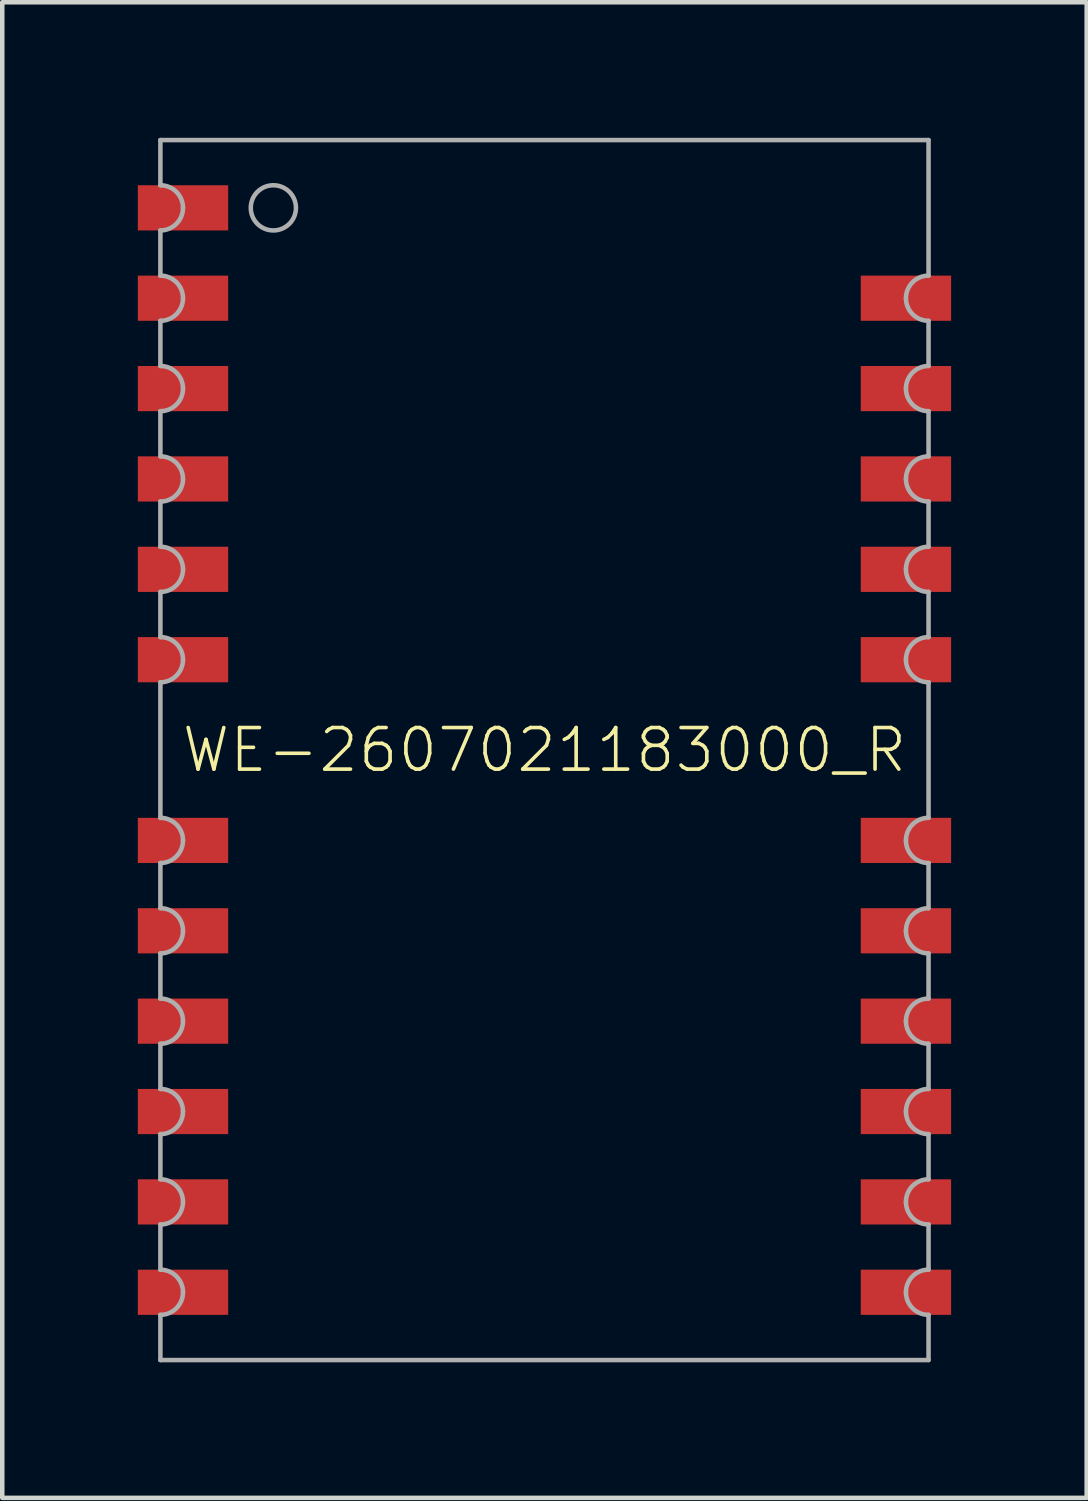
<source format=kicad_pcb>
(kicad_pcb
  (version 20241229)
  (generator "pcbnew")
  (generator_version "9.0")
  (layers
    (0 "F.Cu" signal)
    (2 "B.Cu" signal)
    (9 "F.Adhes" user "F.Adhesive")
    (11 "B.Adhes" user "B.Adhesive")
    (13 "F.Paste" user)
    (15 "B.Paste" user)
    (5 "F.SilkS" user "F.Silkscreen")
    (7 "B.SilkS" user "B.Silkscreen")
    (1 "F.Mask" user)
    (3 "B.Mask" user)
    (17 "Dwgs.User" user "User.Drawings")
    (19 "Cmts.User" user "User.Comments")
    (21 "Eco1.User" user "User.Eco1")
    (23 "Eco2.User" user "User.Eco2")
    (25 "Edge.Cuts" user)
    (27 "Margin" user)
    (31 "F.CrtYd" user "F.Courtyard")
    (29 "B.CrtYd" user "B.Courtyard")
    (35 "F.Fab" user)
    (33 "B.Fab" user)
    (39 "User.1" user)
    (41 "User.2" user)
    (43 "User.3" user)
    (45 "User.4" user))
  (footprint "WE-2607021183000_R"
    (layer "F.Cu")
    (at 9 13.55)
    (property "Reference" "WE-2607021183000_R" (at 0 0 0) (unlocked yes) (layer "F.SilkS") (effects (font (size 0.92 0.92) (thickness 0.08))))
    (fp_poly (pts (xy -7 -11.5) (xy -9 -11.5) (xy -9 -12.5) (xy -7 -12.5)) (stroke (width 0) (type default)) (fill yes) (layer "F.Paste"))
    (fp_poly (pts (xy -7 -9.5) (xy -9 -9.5) (xy -9 -10.5) (xy -7 -10.5)) (stroke (width 0) (type default)) (fill yes) (layer "F.Paste"))
    (fp_poly (pts (xy -7 -7.5) (xy -9 -7.5) (xy -9 -8.5) (xy -7 -8.5)) (stroke (width 0) (type default)) (fill yes) (layer "F.Paste"))
    (fp_poly (pts (xy -7 -5.5) (xy -9 -5.5) (xy -9 -6.5) (xy -7 -6.5)) (stroke (width 0) (type default)) (fill yes) (layer "F.Paste"))
    (fp_poly (pts (xy -7 -3.5) (xy -9 -3.5) (xy -9 -4.5) (xy -7 -4.5)) (stroke (width 0) (type default)) (fill yes) (layer "F.Paste"))
    (fp_poly (pts (xy -7 -1.5) (xy -9 -1.5) (xy -9 -2.5) (xy -7 -2.5)) (stroke (width 0) (type default)) (fill yes) (layer "F.Paste"))
    (fp_poly (pts (xy -7 2.5) (xy -9 2.5) (xy -9 1.5) (xy -7 1.5)) (stroke (width 0) (type default)) (fill yes) (layer "F.Paste"))
    (fp_poly (pts (xy -7 4.5) (xy -9 4.5) (xy -9 3.5) (xy -7 3.5)) (stroke (width 0) (type default)) (fill yes) (layer "F.Paste"))
    (fp_poly (pts (xy -7 6.5) (xy -9 6.5) (xy -9 5.5) (xy -7 5.5)) (stroke (width 0) (type default)) (fill yes) (layer "F.Paste"))
    (fp_poly (pts (xy -7 8.5) (xy -9 8.5) (xy -9 7.5) (xy -7 7.5)) (stroke (width 0) (type default)) (fill yes) (layer "F.Paste"))
    (fp_poly (pts (xy -7 10.5) (xy -9 10.5) (xy -9 9.5) (xy -7 9.5)) (stroke (width 0) (type default)) (fill yes) (layer "F.Paste"))
    (fp_poly (pts (xy -7 12.5) (xy -9 12.5) (xy -9 11.5) (xy -7 11.5)) (stroke (width 0) (type default)) (fill yes) (layer "F.Paste"))
    (fp_poly (pts (xy 9 -9.5) (xy 7 -9.5) (xy 7 -10.5) (xy 9 -10.5)) (stroke (width 0) (type default)) (fill yes) (layer "F.Paste"))
    (fp_poly (pts (xy 9 -7.5) (xy 7 -7.5) (xy 7 -8.5) (xy 9 -8.5)) (stroke (width 0) (type default)) (fill yes) (layer "F.Paste"))
    (fp_poly (pts (xy 9 -5.5) (xy 7 -5.5) (xy 7 -6.5) (xy 9 -6.5)) (stroke (width 0) (type default)) (fill yes) (layer "F.Paste"))
    (fp_poly (pts (xy 9 -3.5) (xy 7 -3.5) (xy 7 -4.5) (xy 9 -4.5)) (stroke (width 0) (type default)) (fill yes) (layer "F.Paste"))
    (fp_poly (pts (xy 9 -1.5) (xy 7 -1.5) (xy 7 -2.5) (xy 9 -2.5)) (stroke (width 0) (type default)) (fill yes) (layer "F.Paste"))
    (fp_poly (pts (xy 9 2.5) (xy 7 2.5) (xy 7 1.5) (xy 9 1.5)) (stroke (width 0) (type default)) (fill yes) (layer "F.Paste"))
    (fp_poly (pts (xy 9 4.5) (xy 7 4.5) (xy 7 3.5) (xy 9 3.5)) (stroke (width 0) (type default)) (fill yes) (layer "F.Paste"))
    (fp_poly (pts (xy 9 6.5) (xy 7 6.5) (xy 7 5.5) (xy 9 5.5)) (stroke (width 0) (type default)) (fill yes) (layer "F.Paste"))
    (fp_poly (pts (xy 9 8.5) (xy 7 8.5) (xy 7 7.5) (xy 9 7.5)) (stroke (width 0) (type default)) (fill yes) (layer "F.Paste"))
    (fp_poly (pts (xy 9 10.5) (xy 7 10.5) (xy 7 9.5) (xy 9 9.5)) (stroke (width 0) (type default)) (fill yes) (layer "F.Paste"))
    (fp_poly (pts (xy 9 12.5) (xy 7 12.5) (xy 7 11.5) (xy 9 11.5)) (stroke (width 0) (type default)) (fill yes) (layer "F.Paste"))
    (fp_line (start -8.5 -13.5) (end -8.5 -12.5) (stroke (width 0.1) (type solid)) (layer "F.Fab"))
    (fp_line (start -8.5 -11.5) (end -8.5 -10.5) (stroke (width 0.1) (type solid)) (layer "F.Fab"))
    (fp_line (start -8.5 -9.5) (end -8.5 -8.5) (stroke (width 0.1) (type solid)) (layer "F.Fab"))
    (fp_line (start -8.5 -7.5) (end -8.5 -6.5) (stroke (width 0.1) (type solid)) (layer "F.Fab"))
    (fp_line (start -8.5 -5.5) (end -8.5 -4.5) (stroke (width 0.1) (type solid)) (layer "F.Fab"))
    (fp_line (start -8.5 -3.5) (end -8.5 -2.5) (stroke (width 0.1) (type solid)) (layer "F.Fab"))
    (fp_line (start -8.5 1.5) (end -8.5 -1.5) (stroke (width 0.1) (type solid)) (layer "F.Fab"))
    (fp_line (start -8.5 2.5) (end -8.5 3.5) (stroke (width 0.1) (type solid)) (layer "F.Fab"))
    (fp_line (start -8.5 4.5) (end -8.5 5.5) (stroke (width 0.1) (type solid)) (layer "F.Fab"))
    (fp_line (start -8.5 6.5) (end -8.5 7.5) (stroke (width 0.1) (type solid)) (layer "F.Fab"))
    (fp_line (start -8.5 8.5) (end -8.5 9.5) (stroke (width 0.1) (type solid)) (layer "F.Fab"))
    (fp_line (start -8.5 10.5) (end -8.5 11.5) (stroke (width 0.1) (type solid)) (layer "F.Fab"))
    (fp_line (start -8.5 13.5) (end -8.5 12.5) (stroke (width 0.1) (type solid)) (layer "F.Fab"))
    (fp_line (start -8.5 13.5) (end 8.5 13.5) (stroke (width 0.1) (type solid)) (layer "F.Fab"))
    (fp_line (start 8.5 -13.5) (end -8.5 -13.5) (stroke (width 0.1) (type solid)) (layer "F.Fab"))
    (fp_line (start 8.5 -13.5) (end 8.5 -10.5) (stroke (width 0.1) (type solid)) (layer "F.Fab"))
    (fp_line (start 8.5 -8.5) (end 8.5 -9.5) (stroke (width 0.1) (type solid)) (layer "F.Fab"))
    (fp_line (start 8.5 -6.5) (end 8.5 -7.5) (stroke (width 0.1) (type solid)) (layer "F.Fab"))
    (fp_line (start 8.5 -4.5) (end 8.5 -5.5) (stroke (width 0.1) (type solid)) (layer "F.Fab"))
    (fp_line (start 8.5 -2.5) (end 8.5 -3.5) (stroke (width 0.1) (type solid)) (layer "F.Fab"))
    (fp_line (start 8.5 -1.5) (end 8.5 1.5) (stroke (width 0.1) (type solid)) (layer "F.Fab"))
    (fp_line (start 8.5 3.5) (end 8.5 2.5) (stroke (width 0.1) (type solid)) (layer "F.Fab"))
    (fp_line (start 8.5 5.5) (end 8.5 4.5) (stroke (width 0.1) (type solid)) (layer "F.Fab"))
    (fp_line (start 8.5 7.5) (end 8.5 6.5) (stroke (width 0.1) (type solid)) (layer "F.Fab"))
    (fp_line (start 8.5 9.5) (end 8.5 8.5) (stroke (width 0.1) (type solid)) (layer "F.Fab"))
    (fp_line (start 8.5 11.5) (end 8.5 10.5) (stroke (width 0.1) (type solid)) (layer "F.Fab"))
    (fp_line (start 8.5 13.5) (end 8.5 12.5) (stroke (width 0.1) (type solid)) (layer "F.Fab"))
    (fp_arc (start -8.5 -12.5) (mid -8.146447 -12.353553) (end -8 -12) (stroke (width 0.1) (type solid)) (layer "F.Fab"))
    (fp_arc (start -8.5 -10.5) (mid -8.146447 -10.353553) (end -8 -10) (stroke (width 0.1) (type solid)) (layer "F.Fab"))
    (fp_arc (start -8.5 -8.5) (mid -8.146447 -8.353553) (end -8 -8) (stroke (width 0.1) (type solid)) (layer "F.Fab"))
    (fp_arc (start -8.5 -6.5) (mid -8.146447 -6.353553) (end -8 -6) (stroke (width 0.1) (type solid)) (layer "F.Fab"))
    (fp_arc (start -8.5 -4.5) (mid -8.146447 -4.353553) (end -8 -4) (stroke (width 0.1) (type solid)) (layer "F.Fab"))
    (fp_arc (start -8.5 -2.5) (mid -8.146447 -2.353553) (end -8 -2) (stroke (width 0.1) (type solid)) (layer "F.Fab"))
    (fp_arc (start -8.5 1.5) (mid -8.146447 1.646447) (end -8 2) (stroke (width 0.1) (type solid)) (layer "F.Fab"))
    (fp_arc (start -8.5 3.5) (mid -8.146447 3.646447) (end -8 4) (stroke (width 0.1) (type solid)) (layer "F.Fab"))
    (fp_arc (start -8.5 5.5) (mid -8.146447 5.646447) (end -8 6) (stroke (width 0.1) (type solid)) (layer "F.Fab"))
    (fp_arc (start -8.5 7.5) (mid -8.146447 7.646447) (end -8 8) (stroke (width 0.1) (type solid)) (layer "F.Fab"))
    (fp_arc (start -8.5 9.5) (mid -8.146447 9.646447) (end -8 10) (stroke (width 0.1) (type solid)) (layer "F.Fab"))
    (fp_arc (start -8.5 11.5) (mid -8.146447 11.646447) (end -8 12) (stroke (width 0.1) (type solid)) (layer "F.Fab"))
    (fp_arc (start -8 -12) (mid -8.146447 -11.646447) (end -8.5 -11.5) (stroke (width 0.1) (type solid)) (layer "F.Fab"))
    (fp_arc (start -8 -10) (mid -8.146447 -9.646447) (end -8.5 -9.5) (stroke (width 0.1) (type solid)) (layer "F.Fab"))
    (fp_arc (start -8 -8) (mid -8.146447 -7.646447) (end -8.5 -7.5) (stroke (width 0.1) (type solid)) (layer "F.Fab"))
    (fp_arc (start -8 -6) (mid -8.146447 -5.646447) (end -8.5 -5.5) (stroke (width 0.1) (type solid)) (layer "F.Fab"))
    (fp_arc (start -8 -4) (mid -8.146447 -3.646447) (end -8.5 -3.5) (stroke (width 0.1) (type solid)) (layer "F.Fab"))
    (fp_arc (start -8 -2) (mid -8.146447 -1.646447) (end -8.5 -1.5) (stroke (width 0.1) (type solid)) (layer "F.Fab"))
    (fp_arc (start -8 2) (mid -8.146447 2.353553) (end -8.5 2.5) (stroke (width 0.1) (type solid)) (layer "F.Fab"))
    (fp_arc (start -8 4) (mid -8.146447 4.353553) (end -8.5 4.5) (stroke (width 0.1) (type solid)) (layer "F.Fab"))
    (fp_arc (start -8 6) (mid -8.146447 6.353553) (end -8.5 6.5) (stroke (width 0.1) (type solid)) (layer "F.Fab"))
    (fp_arc (start -8 8) (mid -8.146447 8.353553) (end -8.5 8.5) (stroke (width 0.1) (type solid)) (layer "F.Fab"))
    (fp_arc (start -8 10) (mid -8.146447 10.353553) (end -8.5 10.5) (stroke (width 0.1) (type solid)) (layer "F.Fab"))
    (fp_arc (start -8 12) (mid -8.146447 12.353553) (end -8.5 12.5) (stroke (width 0.1) (type solid)) (layer "F.Fab"))
    (fp_arc (start 8 -10) (mid 8.146447 -10.353553) (end 8.5 -10.5) (stroke (width 0.1) (type solid)) (layer "F.Fab"))
    (fp_arc (start 8 -8) (mid 8.146447 -8.353553) (end 8.5 -8.5) (stroke (width 0.1) (type solid)) (layer "F.Fab"))
    (fp_arc (start 8 -6) (mid 8.146447 -6.353553) (end 8.5 -6.5) (stroke (width 0.1) (type solid)) (layer "F.Fab"))
    (fp_arc (start 8 -4) (mid 8.146447 -4.353553) (end 8.5 -4.5) (stroke (width 0.1) (type solid)) (layer "F.Fab"))
    (fp_arc (start 8 -2) (mid 8.146447 -2.353553) (end 8.5 -2.5) (stroke (width 0.1) (type solid)) (layer "F.Fab"))
    (fp_arc (start 8 2) (mid 8.146447 1.646447) (end 8.5 1.5) (stroke (width 0.1) (type solid)) (layer "F.Fab"))
    (fp_arc (start 8 4) (mid 8.146447 3.646447) (end 8.5 3.5) (stroke (width 0.1) (type solid)) (layer "F.Fab"))
    (fp_arc (start 8 6) (mid 8.146447 5.646447) (end 8.5 5.5) (stroke (width 0.1) (type solid)) (layer "F.Fab"))
    (fp_arc (start 8 8) (mid 8.146447 7.646447) (end 8.5 7.5) (stroke (width 0.1) (type solid)) (layer "F.Fab"))
    (fp_arc (start 8 10) (mid 8.146447 9.646447) (end 8.5 9.5) (stroke (width 0.1) (type solid)) (layer "F.Fab"))
    (fp_arc (start 8 12) (mid 8.146447 11.646447) (end 8.5 11.5) (stroke (width 0.1) (type solid)) (layer "F.Fab"))
    (fp_arc (start 8.5 -9.5) (mid 8.146447 -9.646447) (end 8 -10) (stroke (width 0.1) (type solid)) (layer "F.Fab"))
    (fp_arc (start 8.5 -7.5) (mid 8.146447 -7.646447) (end 8 -8) (stroke (width 0.1) (type solid)) (layer "F.Fab"))
    (fp_arc (start 8.5 -5.5) (mid 8.146447 -5.646447) (end 8 -6) (stroke (width 0.1) (type solid)) (layer "F.Fab"))
    (fp_arc (start 8.5 -3.5) (mid 8.146447 -3.646447) (end 8 -4) (stroke (width 0.1) (type solid)) (layer "F.Fab"))
    (fp_arc (start 8.5 -1.5) (mid 8.146447 -1.646447) (end 8 -2) (stroke (width 0.1) (type solid)) (layer "F.Fab"))
    (fp_arc (start 8.5 2.5) (mid 8.146447 2.353553) (end 8 2) (stroke (width 0.1) (type solid)) (layer "F.Fab"))
    (fp_arc (start 8.5 4.5) (mid 8.146447 4.353553) (end 8 4) (stroke (width 0.1) (type solid)) (layer "F.Fab"))
    (fp_arc (start 8.5 6.5) (mid 8.146447 6.353553) (end 8 6) (stroke (width 0.1) (type solid)) (layer "F.Fab"))
    (fp_arc (start 8.5 8.5) (mid 8.146447 8.353553) (end 8 8) (stroke (width 0.1) (type solid)) (layer "F.Fab"))
    (fp_arc (start 8.5 10.5) (mid 8.146447 10.353553) (end 8 10) (stroke (width 0.1) (type solid)) (layer "F.Fab"))
    (fp_arc (start 8.5 12.5) (mid 8.146447 12.353553) (end 8 12) (stroke (width 0.1) (type solid)) (layer "F.Fab"))
    (fp_circle (center -6 -12) (end -5.5 -12) (stroke (width 0.1) (type solid)) (fill no) (layer "F.Fab"))
    (pad "1" smd rect (at -8 -12 90) (size 1 2) (layers "F.Cu" "F.Mask"))
    (pad "2" smd rect (at -8 -10 90) (size 1 2) (layers "F.Cu" "F.Mask"))
    (pad "3" smd rect (at -8 -8 90) (size 1 2) (layers "F.Cu" "F.Mask"))
    (pad "4" smd rect (at -8 -6 90) (size 1 2) (layers "F.Cu" "F.Mask"))
    (pad "5" smd rect (at -8 -4 90) (size 1 2) (layers "F.Cu" "F.Mask"))
    (pad "6" smd rect (at -8 -2 90) (size 1 2) (layers "F.Cu" "F.Mask"))
    (pad "7" smd rect (at -8 2 90) (size 1 2) (layers "F.Cu" "F.Mask"))
    (pad "8" smd rect (at -8 4 90) (size 1 2) (layers "F.Cu" "F.Mask"))
    (pad "9" smd rect (at -8 6 90) (size 1 2) (layers "F.Cu" "F.Mask"))
    (pad "10" smd rect (at -8 8 90) (size 1 2) (layers "F.Cu" "F.Mask"))
    (pad "11" smd rect (at -8 10 90) (size 1 2) (layers "F.Cu" "F.Mask"))
    (pad "12" smd rect (at -8 12 90) (size 1 2) (layers "F.Cu" "F.Mask"))
    (pad "13" smd rect (at 8 12 90) (size 1 2) (layers "F.Cu" "F.Mask"))
    (pad "14" smd rect (at 8 10 90) (size 1 2) (layers "F.Cu" "F.Mask"))
    (pad "15" smd rect (at 8 8 90) (size 1 2) (layers "F.Cu" "F.Mask"))
    (pad "16" smd rect (at 8 6 90) (size 1 2) (layers "F.Cu" "F.Mask"))
    (pad "17" smd rect (at 8 4 90) (size 1 2) (layers "F.Cu" "F.Mask"))
    (pad "18" smd rect (at 8 2 90) (size 1 2) (layers "F.Cu" "F.Mask"))
    (pad "19" smd rect (at 8 -2 90) (size 1 2) (layers "F.Cu" "F.Mask"))
    (pad "20" smd rect (at 8 -4 90) (size 1 2) (layers "F.Cu" "F.Mask"))
    (pad "21" smd rect (at 8 -6 90) (size 1 2) (layers "F.Cu" "F.Mask"))
    (pad "22" smd rect (at 8 -8 90) (size 1 2) (layers "F.Cu" "F.Mask"))
    (pad "23" smd rect (at 8 -10 90) (size 1 2) (layers "F.Cu" "F.Mask")))
  (gr_rect
    (start -3 -3)
    (end 21 30.1)
    (stroke (width 0.1) (type default))
    (fill no)
    (layer "Edge.Cuts")))
</source>
